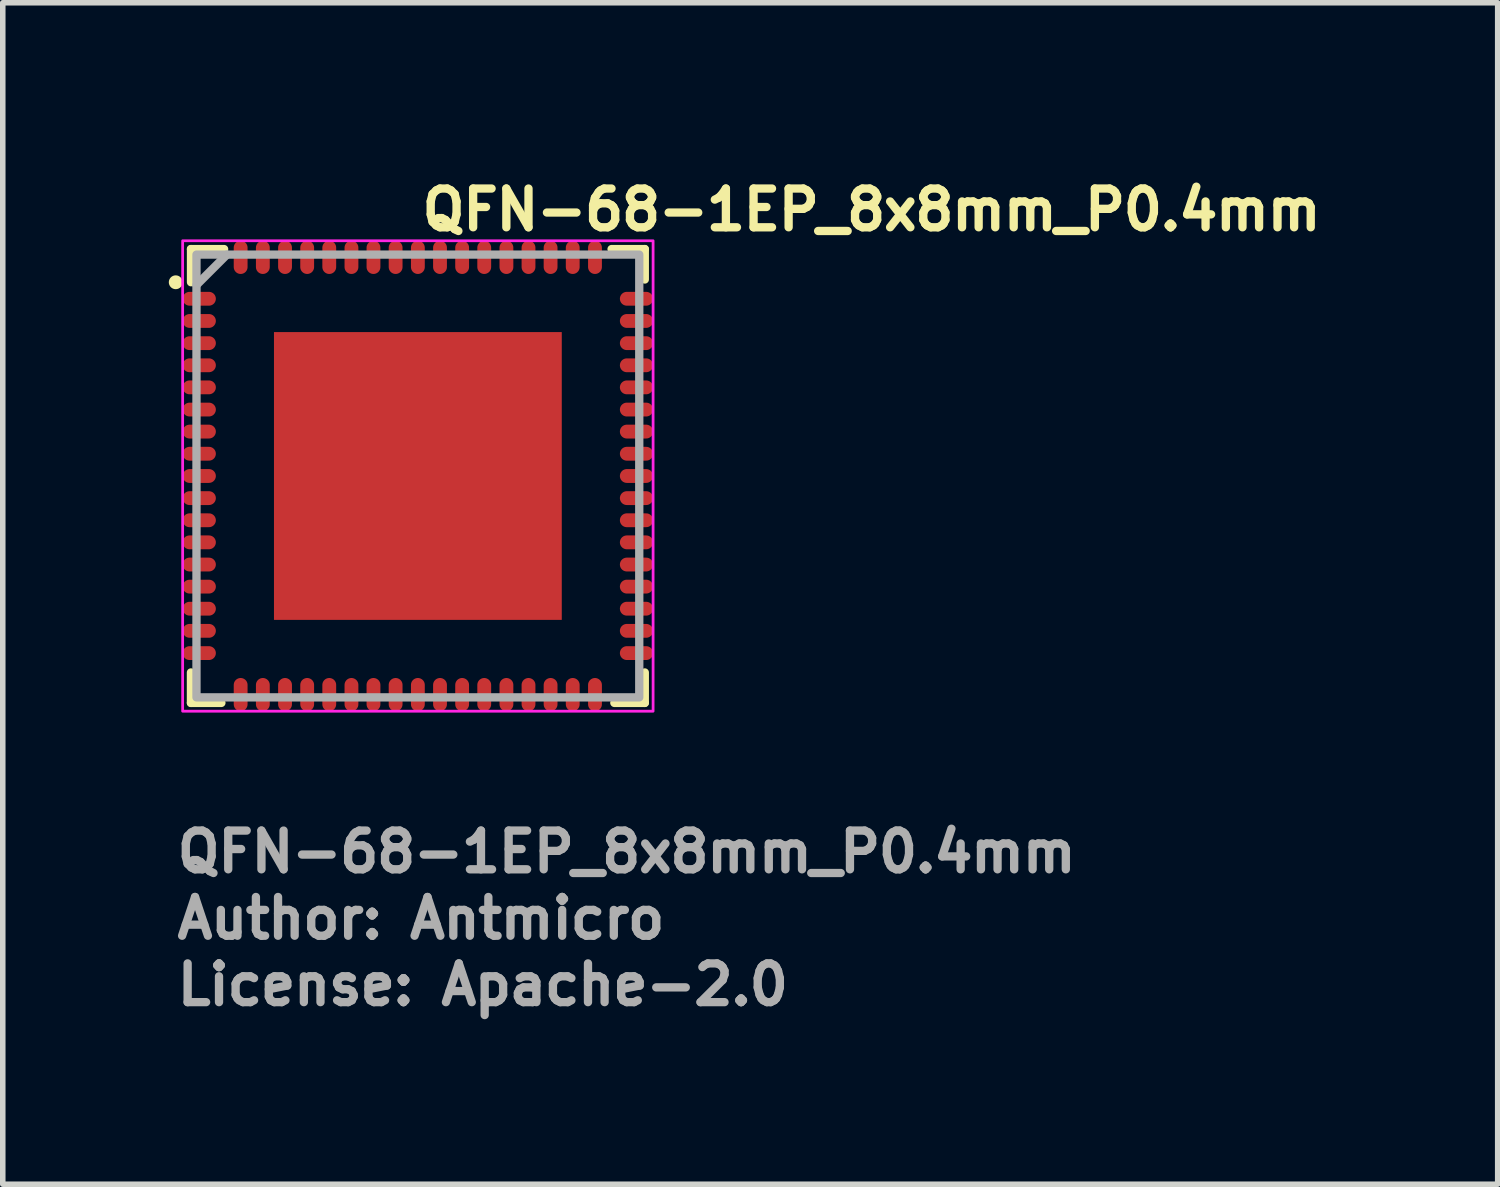
<source format=kicad_pcb>
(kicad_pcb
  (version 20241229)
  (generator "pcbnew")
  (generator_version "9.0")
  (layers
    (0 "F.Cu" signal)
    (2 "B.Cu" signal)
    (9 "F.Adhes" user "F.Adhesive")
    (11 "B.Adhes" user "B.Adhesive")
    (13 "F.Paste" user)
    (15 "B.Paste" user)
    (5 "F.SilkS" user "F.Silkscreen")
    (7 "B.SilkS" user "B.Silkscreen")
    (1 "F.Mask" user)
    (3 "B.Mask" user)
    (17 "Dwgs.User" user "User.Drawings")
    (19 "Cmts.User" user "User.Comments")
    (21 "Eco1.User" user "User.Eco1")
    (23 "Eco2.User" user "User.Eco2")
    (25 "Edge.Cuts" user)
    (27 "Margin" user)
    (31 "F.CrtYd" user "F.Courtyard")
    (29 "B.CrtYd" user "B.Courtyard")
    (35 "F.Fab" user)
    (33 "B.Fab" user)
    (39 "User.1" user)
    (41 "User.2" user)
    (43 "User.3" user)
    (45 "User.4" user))
  (footprint "QFN-68-1EP_8x8mm_P0.4mm"
    (layer "F.Cu")
    (at 4.5 5.55)
    (property "Reference" "QFN-68-1EP_8x8mm_P0.4mm" (at 0 -4.4 0) (layer "F.SilkS") (effects (font (size 0.7 0.7) (thickness 0.15)) (justify left bottom)))
    (attr smd)
    (fp_line (start -4.1 4.1) (end -4.1 3.55) (stroke (width 0.15) (type solid)) (layer "F.SilkS"))
    (fp_line (start -4.099 -3.501) (end -4.099 -4.1) (stroke (width 0.15) (type solid)) (layer "F.SilkS"))
    (fp_line (start -3.55 4.1) (end -4.1 4.1) (stroke (width 0.15) (type solid)) (layer "F.SilkS"))
    (fp_line (start -3.501 -4.1) (end -4.099 -4.1) (stroke (width 0.15) (type solid)) (layer "F.SilkS"))
    (fp_line (start 3.5 -4.1) (end 4.1 -4.1) (stroke (width 0.15) (type solid)) (layer "F.SilkS"))
    (fp_line (start 3.55 4.1) (end 4.1 4.1) (stroke (width 0.15) (type solid)) (layer "F.SilkS"))
    (fp_line (start 4.1 -4.1) (end 4.1 -3.55) (stroke (width 0.15) (type solid)) (layer "F.SilkS"))
    (fp_line (start 4.1 4.1) (end 4.1 3.55) (stroke (width 0.15) (type solid)) (layer "F.SilkS"))
    (fp_circle (center -4.375 -3.5) (end -4.325 -3.5) (stroke (width 0.15) (type solid)) (fill yes) (layer "F.SilkS"))
    (fp_rect (start -4.25 -4.25) (end 4.25 4.25) (stroke (width 0.05) (type solid)) (fill no) (layer "F.CrtYd"))
    (fp_line (start -3.45 -4) (end -4 -3.45) (stroke (width 0.15) (type solid)) (layer "F.Fab"))
    (fp_rect (start -4 -4) (end 4 4) (stroke (width 0.15) (type solid)) (fill no) (layer "F.Fab"))
    (fp_rect (start -4.053 -4.053) (end 4.051 4.051) (stroke (width 0.1) (type solid)) (fill no) (layer "User.5"))
    (fp_line (start -4.053 -4.053) (end -4.053 4.051) (stroke (width 0.02) (type solid)) (layer "User.9"))
    (fp_line (start -4.053 4.051) (end 4.051 4.051) (stroke (width 0.02) (type solid)) (layer "User.9"))
    (fp_line (start 4.051 -4.053) (end -4.053 -4.053) (stroke (width 0.02) (type solid)) (layer "User.9"))
    (fp_line (start 4.051 4.051) (end 4.051 -4.053) (stroke (width 0.02) (type solid)) (layer "User.9"))
    (fp_circle (center -3.25 -3.202) (end -3.05 -3.202) (stroke (width 0.02) (type solid)) (fill no) (layer "User.9"))
    (fp_text user "License: Apache-2.0" (at -4.425 9.6 0) (layer "F.Fab") (effects (font (size 0.7 0.7) (thickness 0.15)) (justify left bottom)))
    (fp_text user "${REFERENCE}" (at -4.425 7.2 0) (layer "F.Fab") (effects (font (size 0.7 0.7) (thickness 0.15)) (justify left bottom)))
    (fp_text user "Author: Antmicro" (at -4.425 8.4 0) (layer "F.Fab") (effects (font (size 0.7 0.7) (thickness 0.15)) (justify left bottom)))
    (pad "" smd rect (at -1.7 -1.7) (size 1.5 1.5) (layers "F.Paste"))
    (pad "" smd rect (at -1.7 0) (size 1.5 1.5) (layers "F.Paste"))
    (pad "" smd rect (at -1.7 1.7) (size 1.5 1.5) (layers "F.Paste"))
    (pad "" smd rect (at 0 -1.7) (size 1.5 1.5) (layers "F.Paste"))
    (pad "" smd rect (at 0 0) (size 1.5 1.5) (layers "F.Paste"))
    (pad "" smd rect (at 0 1.7) (size 1.5 1.5) (layers "F.Paste"))
    (pad "" smd rect (at 1.7 -1.7) (size 1.5 1.5) (layers "F.Paste"))
    (pad "" smd rect (at 1.7 0) (size 1.5 1.5) (layers "F.Paste"))
    (pad "" smd rect (at 1.7 1.7) (size 1.5 1.5) (layers "F.Paste"))
    (pad "1" smd oval (at -3.95 -3.202 90) (size 0.25 0.6) (layers "F.Cu" "F.Mask" "F.Paste"))
    (pad "2" smd oval (at -3.95 -2.801 90) (size 0.25 0.6) (layers "F.Cu" "F.Mask" "F.Paste"))
    (pad "3" smd oval (at -3.95 -2.4 90) (size 0.25 0.6) (layers "F.Cu" "F.Mask" "F.Paste"))
    (pad "4" smd oval (at -3.95 -2 90) (size 0.25 0.6) (layers "F.Cu" "F.Mask" "F.Paste"))
    (pad "5" smd oval (at -3.95 -1.601 90) (size 0.25 0.6) (layers "F.Cu" "F.Mask" "F.Paste"))
    (pad "6" smd oval (at -3.95 -1.2 90) (size 0.25 0.6) (layers "F.Cu" "F.Mask" "F.Paste"))
    (pad "7" smd oval (at -3.95 -0.802 90) (size 0.25 0.6) (layers "F.Cu" "F.Mask" "F.Paste"))
    (pad "8" smd oval (at -3.95 -0.402 90) (size 0.25 0.6) (layers "F.Cu" "F.Mask" "F.Paste"))
    (pad "9" smd oval (at -3.95 0 90) (size 0.25 0.6) (layers "F.Cu" "F.Mask" "F.Paste"))
    (pad "10" smd oval (at -3.95 0.4 90) (size 0.25 0.6) (layers "F.Cu" "F.Mask" "F.Paste"))
    (pad "11" smd oval (at -3.95 0.8 90) (size 0.25 0.6) (layers "F.Cu" "F.Mask" "F.Paste"))
    (pad "12" smd oval (at -3.95 1.199 90) (size 0.25 0.6) (layers "F.Cu" "F.Mask" "F.Paste"))
    (pad "13" smd oval (at -3.95 1.6 90) (size 0.25 0.6) (layers "F.Cu" "F.Mask" "F.Paste"))
    (pad "14" smd oval (at -3.95 1.999 90) (size 0.25 0.6) (layers "F.Cu" "F.Mask" "F.Paste"))
    (pad "15" smd oval (at -3.95 2.398 90) (size 0.25 0.6) (layers "F.Cu" "F.Mask" "F.Paste"))
    (pad "16" smd oval (at -3.95 2.798 90) (size 0.25 0.6) (layers "F.Cu" "F.Mask" "F.Paste"))
    (pad "17" smd oval (at -3.95 3.2 90) (size 0.25 0.6) (layers "F.Cu" "F.Mask" "F.Paste"))
    (pad "18" smd oval (at -3.202 3.95) (size 0.25 0.6) (layers "F.Cu" "F.Mask" "F.Paste"))
    (pad "19" smd oval (at -2.801 3.95) (size 0.25 0.6) (layers "F.Cu" "F.Mask" "F.Paste"))
    (pad "20" smd oval (at -2.4 3.95) (size 0.25 0.6) (layers "F.Cu" "F.Mask" "F.Paste"))
    (pad "21" smd oval (at -2 3.95) (size 0.25 0.6) (layers "F.Cu" "F.Mask" "F.Paste"))
    (pad "22" smd oval (at -1.601 3.95) (size 0.25 0.6) (layers "F.Cu" "F.Mask" "F.Paste"))
    (pad "23" smd oval (at -1.2 3.95) (size 0.25 0.6) (layers "F.Cu" "F.Mask" "F.Paste"))
    (pad "24" smd oval (at -0.802 3.95) (size 0.25 0.6) (layers "F.Cu" "F.Mask" "F.Paste"))
    (pad "25" smd oval (at -0.402 3.95) (size 0.25 0.6) (layers "F.Cu" "F.Mask" "F.Paste"))
    (pad "26" smd oval (at 0 3.95) (size 0.25 0.6) (layers "F.Cu" "F.Mask" "F.Paste"))
    (pad "27" smd oval (at 0.4 3.95) (size 0.25 0.6) (layers "F.Cu" "F.Mask" "F.Paste"))
    (pad "28" smd oval (at 0.8 3.95) (size 0.25 0.6) (layers "F.Cu" "F.Mask" "F.Paste"))
    (pad "29" smd oval (at 1.199 3.95) (size 0.25 0.6) (layers "F.Cu" "F.Mask" "F.Paste"))
    (pad "30" smd oval (at 1.6 3.95) (size 0.25 0.6) (layers "F.Cu" "F.Mask" "F.Paste"))
    (pad "31" smd oval (at 1.999 3.95) (size 0.25 0.6) (layers "F.Cu" "F.Mask" "F.Paste"))
    (pad "32" smd oval (at 2.398 3.95) (size 0.25 0.6) (layers "F.Cu" "F.Mask" "F.Paste"))
    (pad "33" smd oval (at 2.798 3.95) (size 0.25 0.6) (layers "F.Cu" "F.Mask" "F.Paste"))
    (pad "34" smd oval (at 3.2 3.95) (size 0.25 0.6) (layers "F.Cu" "F.Mask" "F.Paste"))
    (pad "35" smd oval (at 3.95 3.2 90) (size 0.25 0.6) (layers "F.Cu" "F.Mask" "F.Paste"))
    (pad "36" smd oval (at 3.95 2.798 90) (size 0.25 0.6) (layers "F.Cu" "F.Mask" "F.Paste"))
    (pad "37" smd oval (at 3.95 2.398 90) (size 0.25 0.6) (layers "F.Cu" "F.Mask" "F.Paste"))
    (pad "38" smd oval (at 3.95 1.999 90) (size 0.25 0.6) (layers "F.Cu" "F.Mask" "F.Paste"))
    (pad "39" smd oval (at 3.95 1.6 90) (size 0.25 0.6) (layers "F.Cu" "F.Mask" "F.Paste"))
    (pad "40" smd oval (at 3.95 1.199 90) (size 0.25 0.6) (layers "F.Cu" "F.Mask" "F.Paste"))
    (pad "41" smd oval (at 3.95 0.8 90) (size 0.25 0.6) (layers "F.Cu" "F.Mask" "F.Paste"))
    (pad "42" smd oval (at 3.95 0.4 90) (size 0.25 0.6) (layers "F.Cu" "F.Mask" "F.Paste"))
    (pad "43" smd oval (at 3.95 0 90) (size 0.25 0.6) (layers "F.Cu" "F.Mask" "F.Paste"))
    (pad "44" smd oval (at 3.95 -0.402 90) (size 0.25 0.6) (layers "F.Cu" "F.Mask" "F.Paste"))
    (pad "45" smd oval (at 3.95 -0.802 90) (size 0.25 0.6) (layers "F.Cu" "F.Mask" "F.Paste"))
    (pad "46" smd oval (at 3.95 -1.2 90) (size 0.25 0.6) (layers "F.Cu" "F.Mask" "F.Paste"))
    (pad "47" smd oval (at 3.95 -1.601 90) (size 0.25 0.6) (layers "F.Cu" "F.Mask" "F.Paste"))
    (pad "48" smd oval (at 3.95 -2 90) (size 0.25 0.6) (layers "F.Cu" "F.Mask" "F.Paste"))
    (pad "49" smd oval (at 3.95 -2.4 90) (size 0.25 0.6) (layers "F.Cu" "F.Mask" "F.Paste"))
    (pad "50" smd oval (at 3.95 -2.801 90) (size 0.25 0.6) (layers "F.Cu" "F.Mask" "F.Paste"))
    (pad "51" smd oval (at 3.95 -3.202 90) (size 0.25 0.6) (layers "F.Cu" "F.Mask" "F.Paste"))
    (pad "52" smd oval (at 3.2 -3.95) (size 0.25 0.6) (layers "F.Cu" "F.Mask" "F.Paste"))
    (pad "53" smd oval (at 2.798 -3.95) (size 0.25 0.6) (layers "F.Cu" "F.Mask" "F.Paste"))
    (pad "54" smd oval (at 2.398 -3.95) (size 0.25 0.6) (layers "F.Cu" "F.Mask" "F.Paste"))
    (pad "55" smd oval (at 1.999 -3.95) (size 0.25 0.6) (layers "F.Cu" "F.Mask" "F.Paste"))
    (pad "56" smd oval (at 1.6 -3.95) (size 0.25 0.6) (layers "F.Cu" "F.Mask" "F.Paste"))
    (pad "57" smd oval (at 1.199 -3.95) (size 0.25 0.6) (layers "F.Cu" "F.Mask" "F.Paste"))
    (pad "58" smd oval (at 0.8 -3.95) (size 0.25 0.6) (layers "F.Cu" "F.Mask" "F.Paste"))
    (pad "59" smd oval (at 0.4 -3.95) (size 0.25 0.6) (layers "F.Cu" "F.Mask" "F.Paste"))
    (pad "60" smd oval (at 0 -3.95) (size 0.25 0.6) (layers "F.Cu" "F.Mask" "F.Paste"))
    (pad "61" smd oval (at -0.402 -3.95) (size 0.25 0.6) (layers "F.Cu" "F.Mask" "F.Paste"))
    (pad "62" smd oval (at -0.802 -3.95) (size 0.25 0.6) (layers "F.Cu" "F.Mask" "F.Paste"))
    (pad "63" smd oval (at -1.2 -3.95) (size 0.25 0.6) (layers "F.Cu" "F.Mask" "F.Paste"))
    (pad "64" smd oval (at -1.601 -3.95) (size 0.25 0.6) (layers "F.Cu" "F.Mask" "F.Paste"))
    (pad "65" smd oval (at -2 -3.95) (size 0.25 0.6) (layers "F.Cu" "F.Mask" "F.Paste"))
    (pad "66" smd oval (at -2.4 -3.95) (size 0.25 0.6) (layers "F.Cu" "F.Mask" "F.Paste"))
    (pad "67" smd oval (at -2.801 -3.95) (size 0.25 0.6) (layers "F.Cu" "F.Mask" "F.Paste"))
    (pad "68" smd oval (at -3.202 -3.95) (size 0.25 0.6) (layers "F.Cu" "F.Mask" "F.Paste"))
    (pad "69" smd rect (at 0 0) (size 5.2 5.2) (layers "F.Cu" "F.Mask")))
  (gr_rect
    (start -3 -3)
    (end 24.01 18.346)
    (stroke (width 0.1) (type default))
    (fill no)
    (layer "Edge.Cuts")))
</source>
